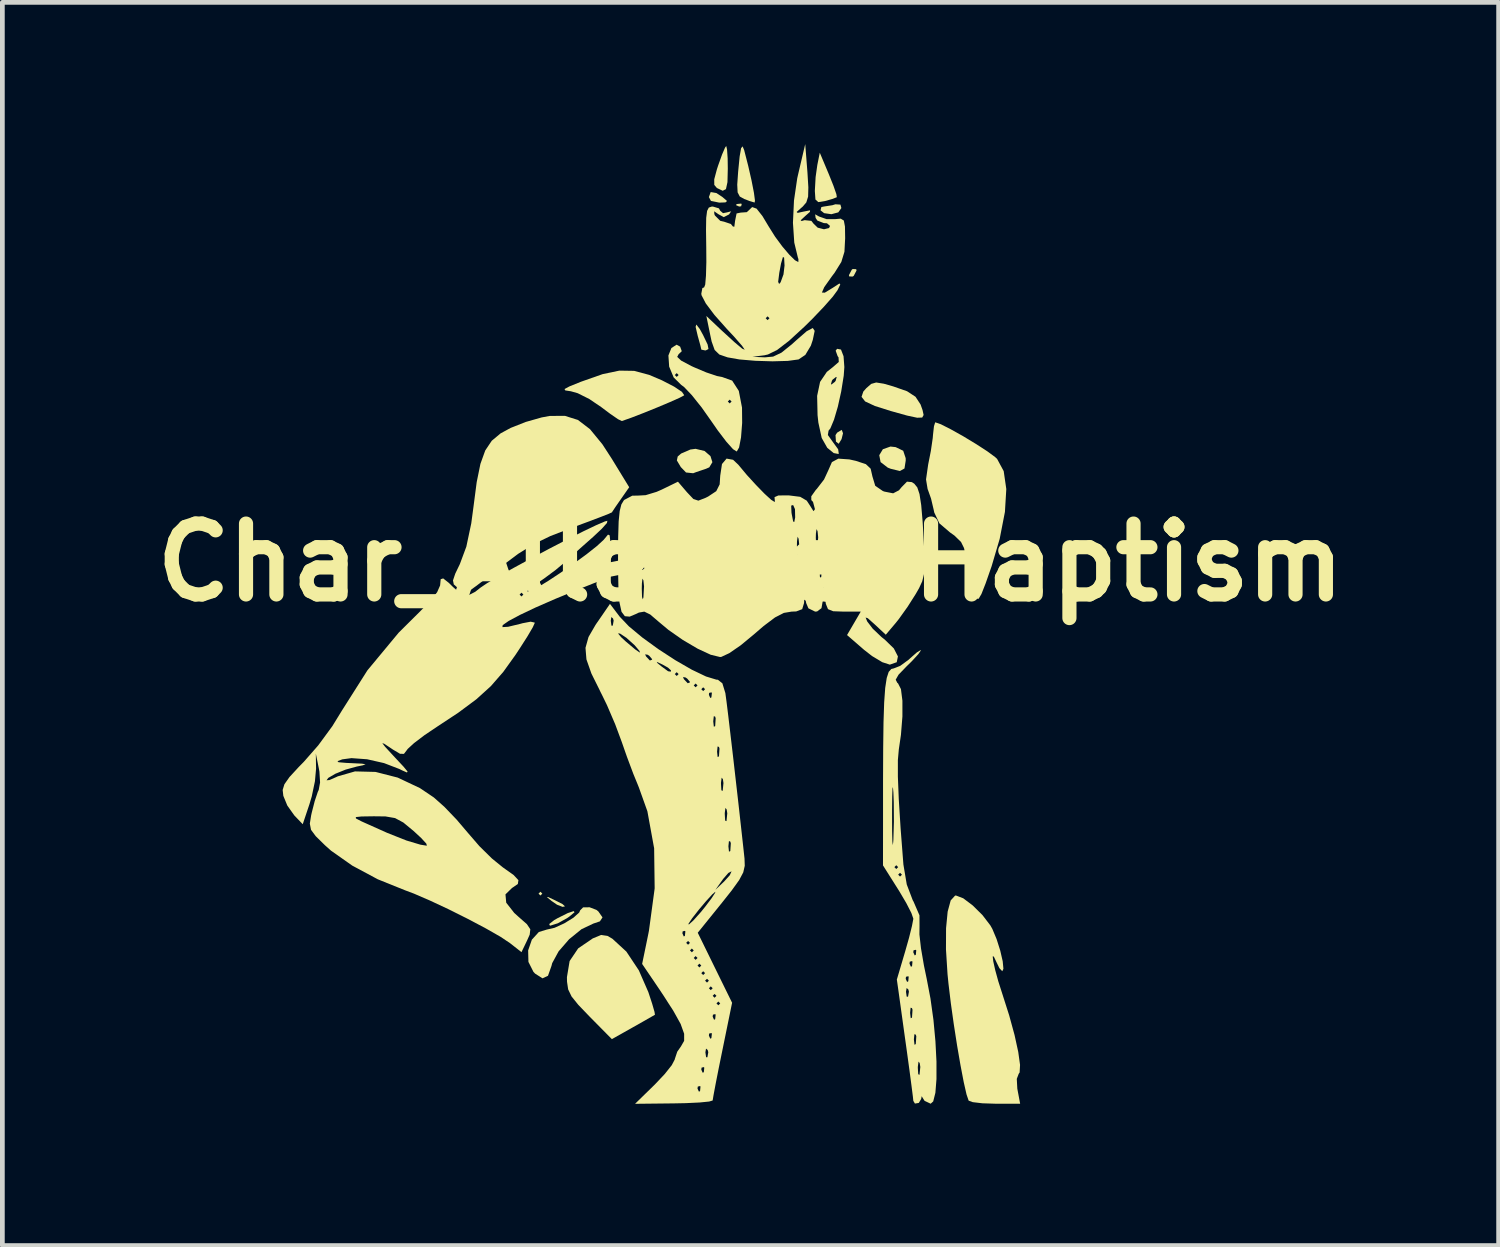
<source format=kicad_pcb>
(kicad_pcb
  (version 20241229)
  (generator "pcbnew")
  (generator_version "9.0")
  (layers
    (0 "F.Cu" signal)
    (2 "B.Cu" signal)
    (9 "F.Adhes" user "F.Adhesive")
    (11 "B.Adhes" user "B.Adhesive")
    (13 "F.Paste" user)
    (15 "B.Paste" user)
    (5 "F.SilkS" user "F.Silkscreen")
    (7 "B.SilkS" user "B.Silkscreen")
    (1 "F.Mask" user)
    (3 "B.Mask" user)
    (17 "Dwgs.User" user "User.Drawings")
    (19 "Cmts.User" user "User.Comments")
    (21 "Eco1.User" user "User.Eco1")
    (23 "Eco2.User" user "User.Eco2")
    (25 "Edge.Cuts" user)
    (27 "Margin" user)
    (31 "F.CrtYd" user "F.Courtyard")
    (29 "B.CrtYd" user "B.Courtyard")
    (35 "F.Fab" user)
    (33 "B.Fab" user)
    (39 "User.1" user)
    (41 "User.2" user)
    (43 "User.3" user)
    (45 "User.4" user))
  (footprint "Char_AllelujahHaptism"
    (layer "F.Cu")
    (at 12.836 8.854)
    (property "Reference" "Char_AllelujahHaptism" (at 0 0 0) (layer "F.SilkS") (effects (font (size 1.5 1.5) (thickness 0.3))))
    (attr board_only exclude_from_pos_files exclude_from_bom)
    (fp_poly (pts (xy -4.407 7.011) (xy -4.447 7.051) (xy -4.487 7.011) (xy -4.447 6.971)) (stroke (width 0) (type solid)) (fill yes) (layer "F.SilkS"))
    (fp_poly (pts (xy -0.187 -7.585) (xy -0.198 -7.538) (xy -0.24 -7.532) (xy -0.306 -7.561) (xy -0.294 -7.585) (xy -0.199 -7.595)) (stroke (width 0) (type solid)) (fill yes) (layer "F.SilkS"))
    (fp_poly (pts (xy 1.958 -2.733) (xy 1.927 -2.609) (xy 1.867 -2.511) (xy 1.808 -2.556) (xy 1.799 -2.694) (xy 1.833 -2.746) (xy 1.931 -2.805)) (stroke (width 0) (type solid)) (fill yes) (layer "F.SilkS"))
    (fp_poly (pts (xy -4.167 7.138) (xy -3.979 7.233) (xy -3.927 7.281) (xy -3.978 7.291) (xy -4.095 7.246) (xy -4.211 7.167) (xy -4.31 7.084) (xy -4.283 7.084)) (stroke (width 0) (type solid)) (fill yes) (layer "F.SilkS"))
    (fp_poly (pts (xy -0.722 -7.818) (xy -0.596 -7.735) (xy -0.497 -7.65) (xy -0.53 -7.62) (xy -0.661 -7.615) (xy -0.838 -7.651) (xy -0.881 -7.732) (xy -0.843 -7.839)) (stroke (width 0) (type solid)) (fill yes) (layer "F.SilkS"))
    (fp_poly (pts (xy 2.237 -6.206) (xy 2.244 -6.179) (xy 2.185 -6.066) (xy 2.163 -6.05) (xy 2.089 -6.053) (xy 2.083 -6.08) (xy 2.142 -6.193) (xy 2.163 -6.21)) (stroke (width 0) (type solid)) (fill yes) (layer "F.SilkS"))
    (fp_poly (pts (xy 1.903 -7.573) (xy 1.923 -7.5) (xy 1.858 -7.409) (xy 1.712 -7.37) (xy 1.558 -7.392) (xy 1.482 -7.452) (xy 1.499 -7.521) (xy 1.551 -7.532) (xy 1.732 -7.56) (xy 1.796 -7.58)) (stroke (width 0) (type solid)) (fill yes) (layer "F.SilkS"))
    (fp_poly (pts (xy -3.725 7.405) (xy -3.834 7.496) (xy -3.886 7.532) (xy -4.08 7.639) (xy -4.235 7.688) (xy -4.247 7.688) (xy -4.261 7.655) (xy -4.157 7.573) (xy -4.086 7.532) (xy -3.868 7.423) (xy -3.742 7.381)) (stroke (width 0) (type solid)) (fill yes) (layer "F.SilkS"))
    (fp_poly (pts (xy 3.072 -2.44) (xy 3.232 -2.363) (xy 3.284 -2.207) (xy 3.285 -2.155) (xy 3.259 -1.988) (xy 3.162 -1.934) (xy 2.966 -1.982) (xy 2.905 -2.006) (xy 2.753 -2.123) (xy 2.725 -2.269) (xy 2.801 -2.395) (xy 2.962 -2.452)) (stroke (width 0) (type solid)) (fill yes) (layer "F.SilkS"))
    (fp_poly (pts (xy -1.073 -4.938) (xy -1.004 -4.812) (xy -0.908 -4.612) (xy -0.89 -4.516) (xy -0.945 -4.488) (xy -0.962 -4.487) (xy -1.04 -4.503) (xy -1.042 -4.508) (xy -1.061 -4.59) (xy -1.109 -4.765) (xy -1.116 -4.788) (xy -1.162 -4.985) (xy -1.147 -5.035)) (stroke (width 0) (type solid)) (fill yes) (layer "F.SilkS"))
    (fp_poly (pts (xy 1.659 -8.213) (xy 1.756 -7.971) (xy 1.817 -7.795) (xy 1.827 -7.73) (xy 1.74 -7.695) (xy 1.582 -7.65) (xy 1.435 -7.626) (xy 1.374 -7.681) (xy 1.362 -7.854) (xy 1.362 -7.874) (xy 1.378 -8.157) (xy 1.414 -8.412) (xy 1.466 -8.672)) (stroke (width 0) (type solid)) (fill yes) (layer "F.SilkS"))
    (fp_poly (pts (xy -0.973 -2.358) (xy -0.848 -2.25) (xy -0.807 -2.121) (xy -0.873 -2.012) (xy -0.941 -1.982) (xy -1.143 -1.914) (xy -1.214 -1.887) (xy -1.365 -1.903) (xy -1.476 -2.018) (xy -1.559 -2.158) (xy -1.541 -2.242) (xy -1.469 -2.304) (xy -1.273 -2.389) (xy -1.163 -2.404)) (stroke (width 0) (type solid)) (fill yes) (layer "F.SilkS"))
    (fp_poly (pts (xy -0.497 -8.741) (xy -0.484 -8.552) (xy -0.481 -8.333) (xy -0.488 -8.049) (xy -0.52 -7.901) (xy -0.588 -7.866) (xy -0.706 -7.922) (xy -0.711 -7.924) (xy -0.767 -7.99) (xy -0.768 -8.109) (xy -0.711 -8.322) (xy -0.684 -8.404) (xy -0.603 -8.631) (xy -0.539 -8.78) (xy -0.514 -8.814)) (stroke (width 0) (type solid)) (fill yes) (layer "F.SilkS"))
    (fp_poly (pts (xy -0.134 -8.725) (xy -0.049 -8.394) (xy 0.022 -8.082) (xy 0.072 -7.825) (xy 0.094 -7.66) (xy 0.087 -7.617) (xy -0.017 -7.648) (xy -0.133 -7.692) (xy -0.227 -7.744) (xy -0.273 -7.832) (xy -0.281 -7.996) (xy -0.262 -8.268) (xy -0.23 -8.593) (xy -0.199 -8.768) (xy -0.167 -8.806)) (stroke (width 0) (type solid)) (fill yes) (layer "F.SilkS"))
    (fp_poly (pts (xy 2.822 -3.782) (xy 3.018 -3.726) (xy 3.313 -3.623) (xy 3.492 -3.506) (xy 3.599 -3.343) (xy 3.641 -3.225) (xy 3.664 -3.12) (xy 3.634 -3.066) (xy 3.527 -3.062) (xy 3.317 -3.107) (xy 2.98 -3.201) (xy 2.978 -3.201) (xy 2.631 -3.311) (xy 2.426 -3.407) (xy 2.35 -3.504) (xy 2.387 -3.615) (xy 2.45 -3.687) (xy 2.554 -3.778) (xy 2.66 -3.808)) (stroke (width 0) (type solid)) (fill yes) (layer "F.SilkS"))
    (fp_poly (pts (xy -3.027 7.906) (xy -2.924 7.966) (xy -2.628 8.238) (xy -2.364 8.635) (xy -2.163 9.095) (xy -2.082 9.341) (xy -2.032 9.515) (xy -2.023 9.575) (xy -2.098 9.618) (xy -2.273 9.718) (xy -2.489 9.84) (xy -2.935 10.091) (xy -3.41 9.61) (xy -3.646 9.364) (xy -3.788 9.188) (xy -3.86 9.038) (xy -3.884 8.876) (xy -3.886 8.78) (xy -3.829 8.438) (xy -3.648 8.17) (xy -3.339 7.959) (xy -3.162 7.886)) (stroke (width 0) (type solid)) (fill yes) (layer "F.SilkS"))
    (fp_poly (pts (xy -3.26 7.356) (xy -3.221 7.388) (xy -3.133 7.514) (xy -3.188 7.598) (xy -3.327 7.645) (xy -3.579 7.765) (xy -3.84 7.977) (xy -4.062 8.233) (xy -4.198 8.483) (xy -4.213 8.541) (xy -4.287 8.75) (xy -4.403 8.804) (xy -4.56 8.704) (xy -4.595 8.667) (xy -4.701 8.456) (xy -4.707 8.213) (xy -4.628 7.985) (xy -4.48 7.823) (xy -4.312 7.772) (xy -4.147 7.734) (xy -3.942 7.64) (xy -3.75 7.522) (xy -3.626 7.411) (xy -3.606 7.365) (xy -3.544 7.302) (xy -3.406 7.3)) (stroke (width 0) (type solid)) (fill yes) (layer "F.SilkS"))
    (fp_poly (pts (xy -2.463 -4.054) (xy -2.145 -3.969) (xy -1.875 -3.854) (xy -1.618 -3.721) (xy -1.452 -3.61) (xy -1.404 -3.54) (xy -1.408 -3.534) (xy -1.504 -3.483) (xy -1.706 -3.393) (xy -1.972 -3.281) (xy -2.258 -3.165) (xy -2.522 -3.063) (xy -2.72 -2.993) (xy -2.723 -2.992) (xy -2.803 -3.03) (xy -2.969 -3.144) (xy -3.161 -3.288) (xy -3.414 -3.459) (xy -3.658 -3.581) (xy -3.802 -3.622) (xy -3.921 -3.64) (xy -3.937 -3.669) (xy -3.833 -3.725) (xy -3.596 -3.821) (xy -3.574 -3.829) (xy -3.13 -3.985) (xy -2.776 -4.059)) (stroke (width 0) (type solid)) (fill yes) (layer "F.SilkS"))
    (fp_poly (pts (xy 4.029 -2.924) (xy 4.238 -2.818) (xy 4.499 -2.672) (xy 4.77 -2.508) (xy 5.011 -2.352) (xy 5.18 -2.227) (xy 5.219 -2.191) (xy 5.359 -1.932) (xy 5.414 -1.553) (xy 5.385 -1.069) (xy 5.274 -0.498) (xy 5.104 0.079) (xy 4.977 0.443) (xy 4.888 0.669) (xy 4.828 0.771) (xy 4.789 0.765) (xy 4.773 0.72) (xy 4.731 0.534) (xy 4.67 0.259) (xy 4.622 0.04) (xy 4.547 -0.247) (xy 4.456 -0.432) (xy 4.315 -0.569) (xy 4.223 -0.634) (xy 3.998 -0.826) (xy 3.889 -1.056) (xy 3.877 -1.114) (xy 3.821 -1.351) (xy 3.754 -1.539) (xy 3.749 -1.549) (xy 3.715 -1.756) (xy 3.76 -2.07) (xy 3.817 -2.359) (xy 3.857 -2.632) (xy 3.863 -2.704) (xy 3.883 -2.882) (xy 3.909 -2.964) (xy 3.911 -2.965)) (stroke (width 0) (type solid)) (fill yes) (layer "F.SilkS"))
    (fp_poly (pts (xy 1.915 -4.505) (xy 1.969 -4.364) (xy 1.986 -4.135) (xy 1.973 -3.952) (xy 1.92 -3.62) (xy 1.848 -3.295) (xy 1.767 -3.02) (xy 1.69 -2.836) (xy 1.652 -2.789) (xy 1.637 -2.696) (xy 1.751 -2.537) (xy 1.855 -2.394) (xy 1.868 -2.301) (xy 1.861 -2.295) (xy 1.76 -2.314) (xy 1.624 -2.426) (xy 1.624 -2.426) (xy 1.507 -2.633) (xy 1.436 -2.959) (xy 1.419 -3.116) (xy 1.41 -3.525) (xy 1.462 -3.771) (xy 1.702 -3.771) (xy 1.713 -3.766) (xy 1.786 -3.822) (xy 1.803 -3.846) (xy 1.823 -3.921) (xy 1.812 -3.926) (xy 1.739 -3.87) (xy 1.723 -3.846) (xy 1.702 -3.771) (xy 1.462 -3.771) (xy 1.472 -3.82) (xy 1.615 -4.032) (xy 1.74 -4.131) (xy 1.868 -4.242) (xy 1.863 -4.34) (xy 1.844 -4.365) (xy 1.802 -4.482) (xy 1.833 -4.521)) (stroke (width 0) (type solid)) (fill yes) (layer "F.SilkS"))
    (fp_poly (pts (xy -3.653 -3.015) (xy -3.398 -2.82) (xy -3.137 -2.502) (xy -2.94 -2.199) (xy -2.568 -1.591) (xy -2.746 -1.336) (xy -2.862 -1.169) (xy -2.928 -1.069) (xy -2.932 -1.06) (xy -3.006 -1.026) (xy -3.201 -0.95) (xy -3.485 -0.843) (xy -3.788 -0.731) (xy -4.237 -0.557) (xy -4.593 -0.385) (xy -4.92 -0.18) (xy -5.283 0.092) (xy -5.303 0.108) (xy -5.58 0.326) (xy -5.809 0.501) (xy -5.964 0.612) (xy -6.014 0.641) (xy -6.107 0.599) (xy -6.203 0.535) (xy -6.281 0.465) (xy -6.298 0.382) (xy -6.25 0.239) (xy -6.152 0.035) (xy -6.015 -0.334) (xy -5.911 -0.826) (xy -5.864 -1.177) (xy -5.796 -1.698) (xy -5.717 -2.086) (xy -5.615 -2.369) (xy -5.477 -2.575) (xy -5.29 -2.731) (xy -5.076 -2.847) (xy -4.757 -2.973) (xy -4.419 -3.069) (xy -4.249 -3.1) (xy -3.929 -3.102)) (stroke (width 0) (type solid)) (fill yes) (layer "F.SilkS"))
    (fp_poly (pts (xy -1.49 -4.567) (xy -1.455 -4.47) (xy -1.521 -4.408) (xy -1.552 -4.35) (xy -1.469 -4.272) (xy -1.253 -4.157) (xy -1.199 -4.132) (xy -0.936 -4.021) (xy -0.71 -3.945) (xy -0.601 -3.924) (xy -0.389 -3.848) (xy -0.248 -3.63) (xy -0.18 -3.276) (xy -0.177 -2.951) (xy -0.201 -2.645) (xy -0.242 -2.432) (xy -0.291 -2.347) (xy -0.37 -2.396) (xy -0.512 -2.555) (xy -0.694 -2.794) (xy -0.826 -2.984) (xy -1.036 -3.282) (xy -1.135 -3.405) (xy -0.481 -3.405) (xy -0.441 -3.365) (xy -0.401 -3.405) (xy -0.441 -3.445) (xy -0.481 -3.405) (xy -1.135 -3.405) (xy -1.239 -3.536) (xy -1.403 -3.709) (xy -1.469 -3.759) (xy -1.627 -3.915) (xy -1.648 -3.966) (xy -1.603 -3.966) (xy -1.562 -3.926) (xy -1.522 -3.966) (xy -1.562 -4.006) (xy -1.603 -3.966) (xy -1.648 -3.966) (xy -1.722 -4.144) (xy -1.738 -4.38) (xy -1.675 -4.537) (xy -1.565 -4.608)) (stroke (width 0) (type solid)) (fill yes) (layer "F.SilkS"))
    (fp_poly (pts (xy 4.503 7.11) (xy 4.704 7.262) (xy 4.91 7.466) (xy 5.076 7.683) (xy 5.118 7.757) (xy 5.209 7.974) (xy 5.286 8.218) (xy 5.338 8.443) (xy 5.353 8.603) (xy 5.329 8.654) (xy 5.268 8.589) (xy 5.211 8.473) (xy 5.149 8.342) (xy 5.126 8.34) (xy 5.138 8.444) (xy 5.179 8.628) (xy 5.245 8.868) (xy 5.332 9.14) (xy 5.332 9.14) (xy 5.475 9.588) (xy 5.589 10.005) (xy 5.667 10.363) (xy 5.705 10.636) (xy 5.696 10.797) (xy 5.677 10.824) (xy 5.636 10.932) (xy 5.647 11.139) (xy 5.652 11.166) (xy 5.707 11.458) (xy 5.182 11.458) (xy 4.908 11.449) (xy 4.704 11.425) (xy 4.617 11.393) (xy 4.572 11.261) (xy 4.513 11.001) (xy 4.445 10.646) (xy 4.373 10.229) (xy 4.303 9.779) (xy 4.24 9.331) (xy 4.19 8.915) (xy 4.17 8.715) (xy 4.137 8.191) (xy 4.139 7.743) (xy 4.173 7.391) (xy 4.237 7.155) (xy 4.33 7.053) (xy 4.349 7.051)) (stroke (width 0) (type solid)) (fill yes) (layer "F.SilkS"))
    (fp_poly (pts (xy 1.205 -8.253) (xy 1.224 -7.939) (xy 1.219 -7.742) (xy 1.181 -7.62) (xy 1.106 -7.532) (xy 1.086 -7.515) (xy 0.976 -7.417) (xy 0.998 -7.398) (xy 1.122 -7.425) (xy 1.26 -7.452) (xy 1.257 -7.419) (xy 1.162 -7.335) (xy 1.061 -7.241) (xy 1.083 -7.226) (xy 1.145 -7.244) (xy 1.288 -7.229) (xy 1.334 -7.17) (xy 1.422 -7.085) (xy 1.555 -7.051) (xy 1.662 -7.077) (xy 1.683 -7.122) (xy 1.618 -7.178) (xy 1.551 -7.182) (xy 1.415 -7.235) (xy 1.378 -7.291) (xy 1.368 -7.368) (xy 1.449 -7.322) (xy 1.609 -7.266) (xy 1.783 -7.265) (xy 1.909 -7.276) (xy 1.975 -7.236) (xy 1.999 -7.109) (xy 2.003 -6.86) (xy 1.988 -6.575) (xy 1.922 -6.359) (xy 1.78 -6.131) (xy 1.723 -6.056) (xy 1.561 -5.827) (xy 1.511 -5.712) (xy 1.572 -5.709) (xy 1.746 -5.815) (xy 1.753 -5.82) (xy 1.882 -5.904) (xy 1.9 -5.882) (xy 1.84 -5.759) (xy 1.741 -5.624) (xy 1.555 -5.413) (xy 1.313 -5.159) (xy 1.145 -4.993) (xy 0.815 -4.69) (xy 0.564 -4.497) (xy 0.369 -4.401) (xy 0.295 -4.384) (xy 0.04 -4.352) (xy 0.304 -4.34) (xy 0.479 -4.356) (xy 0.654 -4.439) (xy 0.872 -4.614) (xy 0.965 -4.698) (xy 1.189 -4.893) (xy 1.318 -4.961) (xy 1.358 -4.901) (xy 1.318 -4.71) (xy 1.277 -4.587) (xy 1.16 -4.392) (xy 1.017 -4.296) (xy 0.79 -4.265) (xy 0.465 -4.256) (xy 0.103 -4.267) (xy -0.236 -4.296) (xy -0.486 -4.34) (xy -0.66 -4.4) (xy -0.759 -4.496) (xy -0.823 -4.675) (xy -0.853 -4.816) (xy -0.935 -5.216) (xy -0.608 -4.907) (xy -0.338 -4.66) (xy -0.176 -4.524) (xy -0.122 -4.501) (xy -0.181 -4.587) (xy -0.353 -4.784) (xy -0.501 -4.942) (xy -0.702 -5.168) (xy 0.321 -5.168) (xy 0.361 -5.128) (xy 0.401 -5.168) (xy 0.361 -5.208) (xy 0.321 -5.168) (xy -0.702 -5.168) (xy -0.763 -5.237) (xy -0.947 -5.482) (xy -1.036 -5.653) (xy -1.042 -5.686) (xy -1.019 -5.807) (xy -0.982 -5.821) (xy -0.959 -5.881) (xy -0.954 -5.939) (xy 0.585 -5.939) (xy 0.605 -5.893) (xy 0.637 -5.929) (xy 0.698 -6.096) (xy 0.72 -6.283) (xy 0.711 -6.451) (xy 0.686 -6.464) (xy 0.646 -6.327) (xy 0.609 -6.13) (xy 0.585 -5.939) (xy -0.954 -5.939) (xy -0.943 -6.069) (xy -0.935 -6.357) (xy -0.937 -6.658) (xy -0.942 -7.042) (xy -0.938 -7.293) (xy -0.919 -7.44) (xy -0.883 -7.51) (xy -0.823 -7.531) (xy -0.797 -7.532) (xy -0.669 -7.494) (xy -0.641 -7.443) (xy -0.582 -7.392) (xy -0.501 -7.408) (xy -0.41 -7.431) (xy -0.451 -7.37) (xy -0.457 -7.364) (xy -0.566 -7.308) (xy -0.68 -7.37) (xy -0.769 -7.432) (xy -0.766 -7.373) (xy -0.754 -7.343) (xy -0.641 -7.23) (xy -0.559 -7.211) (xy -0.416 -7.163) (xy -0.374 -7.111) (xy -0.343 -7.104) (xy -0.327 -7.227) (xy -0.327 -7.229) (xy -0.295 -7.386) (xy -0.208 -7.404) (xy -0.079 -7.413) (xy -0.043 -7.446) (xy 0.035 -7.521) (xy 0.128 -7.488) (xy 0.252 -7.331) (xy 0.384 -7.111) (xy 0.521 -6.893) (xy 0.674 -6.686) (xy 0.821 -6.513) (xy 0.94 -6.396) (xy 1.012 -6.357) (xy 1.014 -6.42) (xy 1.003 -6.45) (xy 0.926 -6.769) (xy 0.898 -7.189) (xy 0.92 -7.66) (xy 0.989 -8.131) (xy 1.011 -8.228) (xy 1.158 -8.854)) (stroke (width 0) (type solid)) (fill yes) (layer "F.SilkS"))
    (fp_poly (pts (xy 3.606 1.863) (xy 3.552 1.942) (xy 3.416 2.09) (xy 3.305 2.199) (xy 3.134 2.376) (xy 3.073 2.483) (xy 3.108 2.551) (xy 3.122 2.56) (xy 3.184 2.682) (xy 3.215 2.927) (xy 3.215 3.262) (xy 3.184 3.65) (xy 3.139 3.958) (xy 3.119 4.185) (xy 3.119 4.534) (xy 3.138 5.013) (xy 3.177 5.633) (xy 3.236 6.395) (xy 3.307 6.817) (xy 3.433 7.149) (xy 3.451 7.181) (xy 3.576 7.47) (xy 3.577 7.695) (xy 3.575 7.874) (xy 3.608 8.167) (xy 3.671 8.534) (xy 3.728 8.808) (xy 3.809 9.232) (xy 3.872 9.685) (xy 3.914 10.138) (xy 3.936 10.564) (xy 3.936 10.937) (xy 3.913 11.227) (xy 3.867 11.409) (xy 3.813 11.458) (xy 3.684 11.397) (xy 3.659 11.358) (xy 3.623 11.299) (xy 3.612 11.358) (xy 3.562 11.441) (xy 3.48 11.455) (xy 3.446 11.398) (xy 3.436 11.302) (xy 3.407 11.075) (xy 3.364 10.747) (xy 3.357 10.697) (xy 3.541 10.697) (xy 3.55 10.834) (xy 3.575 10.846) (xy 3.578 10.839) (xy 3.594 10.68) (xy 3.581 10.598) (xy 3.556 10.566) (xy 3.542 10.672) (xy 3.541 10.697) (xy 3.357 10.697) (xy 3.309 10.346) (xy 3.274 10.096) (xy 3.458 10.096) (xy 3.471 10.21) (xy 3.498 10.196) (xy 3.509 10.032) (xy 3.498 9.996) (xy 3.469 9.986) (xy 3.458 10.096) (xy 3.274 10.096) (xy 3.272 10.083) (xy 3.196 9.535) (xy 3.378 9.535) (xy 3.391 9.649) (xy 3.418 9.635) (xy 3.429 9.471) (xy 3.418 9.435) (xy 3.389 9.425) (xy 3.378 9.535) (xy 3.196 9.535) (xy 3.134 9.088) (xy 3.291 9.088) (xy 3.306 9.192) (xy 3.334 9.193) (xy 3.353 9.086) (xy 3.34 9.039) (xy 3.304 9.009) (xy 3.291 9.088) (xy 3.134 9.088) (xy 3.097 8.828) (xy 3.102 8.814) (xy 3.285 8.814) (xy 3.314 8.88) (xy 3.339 8.867) (xy 3.348 8.772) (xy 3.339 8.76) (xy 3.291 8.771) (xy 3.285 8.814) (xy 3.102 8.814) (xy 3.197 8.493) (xy 3.365 8.493) (xy 3.395 8.559) (xy 3.419 8.547) (xy 3.428 8.452) (xy 3.419 8.44) (xy 3.371 8.451) (xy 3.365 8.493) (xy 3.197 8.493) (xy 3.268 8.253) (xy 3.445 8.253) (xy 3.475 8.319) (xy 3.499 8.306) (xy 3.508 8.211) (xy 3.499 8.2) (xy 3.451 8.211) (xy 3.445 8.253) (xy 3.268 8.253) (xy 3.272 8.24) (xy 3.356 7.943) (xy 3.417 7.697) (xy 3.445 7.551) (xy 3.446 7.541) (xy 3.405 7.422) (xy 3.298 7.213) (xy 3.146 6.955) (xy 3.125 6.922) (xy 2.928 6.61) (xy 3.125 6.61) (xy 3.165 6.65) (xy 3.205 6.61) (xy 3.165 6.57) (xy 3.125 6.61) (xy 2.928 6.61) (xy 2.827 6.45) (xy 3.045 6.45) (xy 3.085 6.49) (xy 3.125 6.45) (xy 3.085 6.41) (xy 3.045 6.45) (xy 2.827 6.45) (xy 2.804 6.414) (xy 2.805 5.368) (xy 2.996 5.368) (xy 2.997 5.696) (xy 3.003 5.906) (xy 3.011 5.986) (xy 3.02 5.924) (xy 3.024 5.869) (xy 3.035 5.488) (xy 3.032 5.072) (xy 3.024 4.868) (xy 3.014 4.755) (xy 3.005 4.789) (xy 2.999 4.958) (xy 2.996 5.248) (xy 2.996 5.368) (xy 2.805 5.368) (xy 2.805 4.629) (xy 2.808 3.935) (xy 2.815 3.385) (xy 2.829 2.964) (xy 2.851 2.656) (xy 2.883 2.446) (xy 2.925 2.317) (xy 2.98 2.256) (xy 3.031 2.244) (xy 3.167 2.191) (xy 3.344 2.062) (xy 3.381 2.028) (xy 3.522 1.904) (xy 3.6 1.857)) (stroke (width 0) (type solid)) (fill yes) (layer "F.SilkS"))
    (fp_poly (pts (xy -3.039 -0.834) (xy -3.148 -0.712) (xy -3.33 -0.541) (xy -3.573 -0.326) (xy -3.798 -0.124) (xy -3.922 -0.01) (xy -4.125 0.16) (xy -4.37 0.342) (xy -4.427 0.381) (xy -4.607 0.508) (xy -4.714 0.596) (xy -4.727 0.614) (xy -4.669 0.612) (xy -4.511 0.531) (xy -4.284 0.393) (xy -4.016 0.216) (xy -3.735 0.021) (xy -3.471 -0.172) (xy -3.253 -0.345) (xy -3.109 -0.477) (xy -3.08 -0.512) (xy -3.017 -0.588) (xy -2.982 -0.574) (xy -2.968 -0.445) (xy -2.965 -0.188) (xy -2.965 0.3) (xy -3.615 0.56) (xy -4.122 0.768) (xy -4.548 0.954) (xy -4.883 1.113) (xy -5.118 1.239) (xy -5.245 1.327) (xy -5.252 1.37) (xy -5.132 1.363) (xy -4.874 1.301) (xy -4.827 1.288) (xy -4.654 1.255) (xy -4.569 1.274) (xy -4.567 1.281) (xy -4.609 1.374) (xy -4.721 1.565) (xy -4.884 1.82) (xy -4.973 1.955) (xy -5.232 2.316) (xy -5.496 2.619) (xy -5.803 2.897) (xy -6.186 3.182) (xy -6.624 3.471) (xy -6.898 3.655) (xy -7.121 3.824) (xy -7.257 3.949) (xy -7.275 3.974) (xy -7.336 4.053) (xy -7.419 4.051) (xy -7.572 3.96) (xy -7.622 3.926) (xy -7.755 3.838) (xy -7.794 3.827) (xy -7.733 3.905) (xy -7.568 4.084) (xy -7.532 4.123) (xy -7.344 4.324) (xy -7.259 4.427) (xy -7.272 4.447) (xy -7.375 4.402) (xy -7.433 4.373) (xy -7.758 4.248) (xy -8.116 4.167) (xy -8.446 4.143) (xy -8.641 4.169) (xy -8.743 4.207) (xy -8.72 4.23) (xy -8.559 4.244) (xy -8.453 4.249) (xy -8.226 4.26) (xy -8.148 4.273) (xy -8.206 4.295) (xy -8.333 4.321) (xy -8.57 4.386) (xy -8.788 4.474) (xy -8.938 4.562) (xy -8.974 4.612) (xy -8.913 4.607) (xy -8.762 4.541) (xy -8.738 4.529) (xy -8.372 4.424) (xy -7.937 4.435) (xy -7.468 4.555) (xy -6.998 4.777) (xy -6.704 4.975) (xy -6.481 5.173) (xy -6.221 5.444) (xy -5.981 5.726) (xy -5.739 6.006) (xy -5.474 6.267) (xy -5.244 6.454) (xy -5.244 6.454) (xy -5.015 6.617) (xy -4.913 6.726) (xy -4.925 6.807) (xy -5.041 6.887) (xy -5.048 6.891) (xy -5.187 7.027) (xy -5.171 7.203) (xy -5.001 7.42) (xy -4.909 7.503) (xy -4.733 7.658) (xy -4.661 7.766) (xy -4.674 7.879) (xy -4.729 8.002) (xy -4.848 8.25) (xy -5.091 8.059) (xy -5.293 7.924) (xy -5.603 7.747) (xy -5.981 7.547) (xy -6.387 7.344) (xy -6.782 7.159) (xy -7.124 7.011) (xy -7.313 6.94) (xy -7.891 6.707) (xy -8.43 6.418) (xy -8.879 6.102) (xy -9.009 5.986) (xy -9.204 5.794) (xy -9.303 5.66) (xy -9.328 5.53) (xy -9.306 5.391) (xy -8.355 5.391) (xy -8.352 5.42) (xy -8.245 5.476) (xy -8.213 5.491) (xy -7.686 5.727) (xy -7.282 5.887) (xy -6.987 5.975) (xy -6.851 5.997) (xy -6.862 5.953) (xy -6.972 5.833) (xy -7.131 5.686) (xy -7.349 5.506) (xy -7.524 5.412) (xy -7.727 5.377) (xy -7.973 5.374) (xy -8.234 5.378) (xy -8.355 5.391) (xy -9.306 5.391) (xy -9.3 5.354) (xy -9.287 5.296) (xy -9.224 5.051) (xy -9.159 4.857) (xy -9.14 4.817) (xy -9.111 4.659) (xy -9.125 4.428) (xy -9.136 4.367) (xy -9.201 4.046) (xy -9.196 4.367) (xy -9.22 4.633) (xy -9.287 4.953) (xy -9.335 5.115) (xy -9.478 5.542) (xy -9.657 5.355) (xy -9.805 5.146) (xy -9.889 4.941) (xy -9.903 4.817) (xy -9.866 4.696) (xy -9.759 4.544) (xy -9.562 4.33) (xy -9.455 4.221) (xy -9.15 3.873) (xy -8.852 3.467) (xy -8.646 3.132) (xy -8.109 2.285) (xy -7.447 1.487) (xy -7.051 1.094) (xy -6.8 0.842) (xy -6.633 0.63) (xy -6.57 0.487) (xy -6.57 0.485) (xy -6.558 0.356) (xy -6.505 0.339) (xy -6.383 0.436) (xy -6.297 0.521) (xy -6.125 0.672) (xy -5.988 0.705) (xy -5.941 0.681) (xy -4.888 0.681) (xy -4.848 0.721) (xy -4.808 0.681) (xy -4.848 0.641) (xy -4.888 0.681) (xy -5.941 0.681) (xy -5.828 0.623) (xy -5.715 0.534) (xy -5.576 0.44) (xy -5.333 0.295) (xy -5.013 0.116) (xy -4.645 -0.084) (xy -4.259 -0.29) (xy -3.88 -0.486) (xy -3.54 -0.657) (xy -3.264 -0.789) (xy -3.083 -0.867) (xy -3.03 -0.881)) (stroke (width 0) (type solid)) (fill yes) (layer "F.SilkS"))
    (fp_poly (pts (xy -0.369 -2.172) (xy -0.258 -2.067) (xy -0.077 -1.85) (xy 0.117 -1.638) (xy 0.296 -1.454) (xy 0.436 -1.326) (xy 0.512 -1.278) (xy 0.515 -1.297) (xy 0.508 -1.381) (xy 0.59 -1.417) (xy 0.795 -1.418) (xy 0.812 -1.418) (xy 1.052 -1.388) (xy 1.19 -1.307) (xy 1.259 -1.202) (xy 1.332 -1.085) (xy 1.36 -1.118) (xy 1.361 -1.137) (xy 1.323 -1.28) (xy 1.287 -1.319) (xy 1.286 -1.399) (xy 1.382 -1.534) (xy 1.404 -1.557) (xy 1.556 -1.754) (xy 1.647 -1.95) (xy 1.723 -2.123) (xy 1.859 -2.196) (xy 2.091 -2.18) (xy 2.23 -2.149) (xy 2.442 -2.079) (xy 2.543 -1.983) (xy 2.58 -1.82) (xy 2.64 -1.621) (xy 2.802 -1.51) (xy 2.836 -1.498) (xy 3.019 -1.462) (xy 3.142 -1.526) (xy 3.199 -1.594) (xy 3.312 -1.709) (xy 3.415 -1.699) (xy 3.467 -1.665) (xy 3.53 -1.587) (xy 3.577 -1.446) (xy 3.613 -1.213) (xy 3.643 -0.861) (xy 3.657 -0.628) (xy 3.678 -0.226) (xy 3.684 0.055) (xy 3.671 0.251) (xy 3.634 0.402) (xy 3.568 0.545) (xy 3.498 0.667) (xy 3.326 0.938) (xy 3.141 1.197) (xy 3.075 1.28) (xy 2.863 1.531) (xy 2.623 1.307) (xy 2.481 1.181) (xy 2.436 1.167) (xy 2.47 1.25) (xy 2.587 1.403) (xy 2.775 1.582) (xy 2.841 1.634) (xy 3.033 1.821) (xy 3.12 1.99) (xy 3.095 2.113) (xy 2.952 2.163) (xy 2.945 2.163) (xy 2.788 2.112) (xy 2.572 1.982) (xy 2.404 1.851) (xy 2.043 1.538) (xy 2.188 1.29) (xy 2.333 1.042) (xy 1.973 1.042) (xy 1.75 1.034) (xy 1.64 0.99) (xy 1.594 0.877) (xy 1.58 0.781) (xy 1.548 0.521) (xy 1.535 0.781) (xy 1.502 0.969) (xy 1.41 1.038) (xy 1.368 1.042) (xy 1.225 0.972) (xy 1.178 0.861) (xy 1.144 0.681) (xy 1.133 0.861) (xy 1.094 0.99) (xy 0.967 1.038) (xy 0.868 1.042) (xy 0.706 1.069) (xy 0.519 1.165) (xy 0.277 1.347) (xy 0.074 1.522) (xy -0.208 1.755) (xy -0.449 1.921) (xy -0.618 2) (xy -0.644 2.003) (xy -0.842 1.955) (xy -1.118 1.827) (xy -1.431 1.643) (xy -1.737 1.429) (xy -1.938 1.261) (xy -2.123 1.103) (xy -2.248 1.042) (xy -2.363 1.062) (xy -2.418 1.089) (xy -2.558 1.148) (xy -2.66 1.139) (xy -2.73 1.046) (xy -2.773 0.851) (xy -2.794 0.561) (xy -2.302 0.561) (xy -2.296 0.734) (xy -2.28 0.782) (xy -2.267 0.741) (xy -2.254 0.508) (xy -2.267 0.381) (xy -2.287 0.343) (xy -2.299 0.443) (xy -2.302 0.561) (xy -2.794 0.561) (xy -2.796 0.536) (xy -2.801 0.28) (xy 1.062 0.28) (xy 1.068 0.445) (xy 1.086 0.488) (xy 1.097 0.462) (xy 1.112 0.269) (xy 1.1 0.16) (xy 1.461 0.16) (xy 1.469 0.306) (xy 1.49 0.323) (xy 1.498 0.3) (xy 1.51 0.097) (xy 1.498 0.02) (xy 1.474 -0.005) (xy 1.462 0.106) (xy 1.461 0.16) (xy 1.1 0.16) (xy 1.098 0.141) (xy 1.077 0.097) (xy 1.064 0.193) (xy 1.062 0.28) (xy -2.801 0.28) (xy -2.803 0.12) (xy -2.324 0.12) (xy -2.284 0.16) (xy -2.244 0.12) (xy -2.284 0.08) (xy -2.324 0.12) (xy -2.803 0.12) (xy -2.804 0.084) (xy -2.804 -0.084) (xy -2.803 -0.361) (xy 0.982 -0.361) (xy 0.988 -0.196) (xy 1.006 -0.153) (xy 1.017 -0.179) (xy 1.031 -0.372) (xy 1.018 -0.5) (xy 1.008 -0.521) (xy 1.382 -0.521) (xy 1.389 -0.356) (xy 1.407 -0.313) (xy 1.417 -0.34) (xy 1.432 -0.532) (xy 1.419 -0.66) (xy 1.398 -0.705) (xy 1.384 -0.608) (xy 1.382 -0.521) (xy 1.008 -0.521) (xy 0.997 -0.544) (xy 0.984 -0.448) (xy 0.982 -0.361) (xy -2.803 -0.361) (xy -2.801 -0.543) (xy -2.791 -0.868) (xy -2.769 -1.087) (xy -2.74 -1.202) (xy 0.861 -1.202) (xy 0.867 -1.056) (xy 0.872 -1.024) (xy 0.903 -0.865) (xy 0.926 -0.855) (xy 0.945 -0.951) (xy 0.941 -1.127) (xy 0.902 -1.214) (xy 0.861 -1.202) (xy -2.74 -1.202) (xy -2.734 -1.226) (xy -2.683 -1.311) (xy -2.672 -1.323) (xy -2.503 -1.412) (xy -2.383 -1.414) (xy -2.22 -1.423) (xy -1.989 -1.493) (xy -1.881 -1.54) (xy -1.536 -1.708) (xy -1.345 -1.485) (xy -1.21 -1.342) (xy -1.104 -1.307) (xy -0.953 -1.366) (xy -0.897 -1.394) (xy -0.725 -1.508) (xy -0.653 -1.651) (xy -0.641 -1.836) (xy -0.604 -2.082) (xy -0.507 -2.197)) (stroke (width 0) (type solid)) (fill yes) (layer "F.SilkS"))
    (fp_poly (pts (xy -2.768 1.15) (xy -2.574 1.354) (xy -2.29 1.59) (xy -1.951 1.836) (xy -1.59 2.071) (xy -1.243 2.271) (xy -0.942 2.415) (xy -0.722 2.482) (xy -0.691 2.484) (xy -0.596 2.559) (xy -0.532 2.768) (xy -0.53 2.784) (xy -0.508 2.947) (xy -0.472 3.239) (xy -0.426 3.629) (xy -0.372 4.089) (xy -0.315 4.587) (xy -0.257 5.094) (xy -0.203 5.579) (xy -0.155 6.012) (xy -0.127 6.271) (xy -0.122 6.422) (xy -0.154 6.562) (xy -0.24 6.724) (xy -0.399 6.945) (xy -0.606 7.206) (xy -1.117 7.839) (xy -0.754 8.58) (xy -0.39 9.321) (xy -0.596 10.329) (xy -0.674 10.712) (xy -0.738 11.037) (xy -0.782 11.272) (xy -0.801 11.385) (xy -0.802 11.39) (xy -0.876 11.412) (xy -1.077 11.432) (xy -1.372 11.446) (xy -1.623 11.451) (xy -2.444 11.46) (xy -2.114 11.138) (xy -1.122 11.138) (xy -1.092 11.203) (xy -1.068 11.191) (xy -1.059 11.096) (xy -1.068 11.084) (xy -1.116 11.095) (xy -1.122 11.138) (xy -2.114 11.138) (xy -2.023 11.049) (xy -1.817 10.831) (xy -1.742 10.737) (xy -1.042 10.737) (xy -1.012 10.803) (xy -0.988 10.79) (xy -0.979 10.695) (xy -0.988 10.683) (xy -1.036 10.694) (xy -1.042 10.737) (xy -1.742 10.737) (xy -1.667 10.642) (xy -1.603 10.52) (xy -1.603 10.513) (xy -1.555 10.37) (xy -0.955 10.37) (xy -0.94 10.474) (xy -0.913 10.475) (xy -0.894 10.368) (xy -0.907 10.321) (xy -0.942 10.291) (xy -0.955 10.37) (xy -1.555 10.37) (xy -1.552 10.359) (xy -1.472 10.244) (xy -1.405 10.127) (xy -1.405 10.016) (xy -0.881 10.016) (xy -0.852 10.082) (xy -0.828 10.069) (xy -0.818 9.974) (xy -0.828 9.962) (xy -0.876 9.973) (xy -0.881 10.016) (xy -1.405 10.016) (xy -1.405 9.977) (xy -1.479 9.77) (xy -1.565 9.615) (xy -0.801 9.615) (xy -0.772 9.681) (xy -0.748 9.669) (xy -0.738 9.573) (xy -0.748 9.562) (xy -0.795 9.573) (xy -0.801 9.615) (xy -1.565 9.615) (xy -1.637 9.486) (xy -1.735 9.335) (xy -0.721 9.335) (xy -0.681 9.375) (xy -0.641 9.335) (xy -0.681 9.295) (xy -0.721 9.335) (xy -1.735 9.335) (xy -1.838 9.174) (xy -0.801 9.174) (xy -0.761 9.215) (xy -0.721 9.174) (xy -0.761 9.134) (xy -0.801 9.174) (xy -1.838 9.174) (xy -1.886 9.102) (xy -1.921 9.049) (xy -1.945 9.014) (xy -0.881 9.014) (xy -0.841 9.054) (xy -0.801 9.014) (xy -0.841 8.974) (xy -0.881 9.014) (xy -1.945 9.014) (xy -2.053 8.854) (xy -0.962 8.854) (xy -0.921 8.894) (xy -0.881 8.854) (xy -0.921 8.814) (xy -0.962 8.854) (xy -2.053 8.854) (xy -2.162 8.694) (xy -1.042 8.694) (xy -1.002 8.734) (xy -0.962 8.694) (xy -1.002 8.654) (xy -1.042 8.694) (xy -2.162 8.694) (xy -2.271 8.533) (xy -1.122 8.533) (xy -1.082 8.574) (xy -1.042 8.533) (xy -1.082 8.493) (xy -1.122 8.533) (xy -2.271 8.533) (xy -2.294 8.499) (xy -2.268 8.373) (xy -1.202 8.373) (xy -1.162 8.413) (xy -1.122 8.373) (xy -1.162 8.333) (xy -1.202 8.373) (xy -2.268 8.373) (xy -2.235 8.213) (xy -1.282 8.213) (xy -1.242 8.253) (xy -1.202 8.213) (xy -1.242 8.173) (xy -1.282 8.213) (xy -2.235 8.213) (xy -2.202 8.053) (xy -1.362 8.053) (xy -1.322 8.093) (xy -1.282 8.053) (xy -1.322 8.013) (xy -1.362 8.053) (xy -2.202 8.053) (xy -2.161 7.852) (xy -1.442 7.852) (xy -1.413 7.918) (xy -1.389 7.906) (xy -1.379 7.811) (xy -1.389 7.799) (xy -1.436 7.81) (xy -1.442 7.852) (xy -2.161 7.852) (xy -2.15 7.795) (xy -2.13 7.648) (xy -1.313 7.648) (xy -1.307 7.667) (xy -1.205 7.574) (xy -1.051 7.401) (xy -0.961 7.29) (xy -0.825 7.11) (xy -0.75 6.995) (xy -0.745 6.971) (xy -0.811 7.028) (xy -0.946 7.176) (xy -1.091 7.348) (xy -1.236 7.533) (xy -1.313 7.648) (xy -2.13 7.648) (xy -2.033 6.931) (xy -0.744 6.931) (xy -0.557 6.753) (xy -0.439 6.622) (xy -0.403 6.543) (xy -0.405 6.54) (xy -0.47 6.574) (xy -0.58 6.701) (xy -0.592 6.718) (xy -0.744 6.931) (xy -2.033 6.931) (xy -2.029 6.897) (xy -2.04 6.049) (xy -2.048 6.009) (xy -0.468 6.009) (xy -0.456 6.123) (xy -0.428 6.11) (xy -0.417 5.946) (xy -0.428 5.909) (xy -0.457 5.899) (xy -0.468 6.009) (xy -2.048 6.009) (xy -2.172 5.328) (xy -0.545 5.328) (xy -0.537 5.465) (xy -0.512 5.477) (xy -0.508 5.47) (xy -0.492 5.311) (xy -0.505 5.23) (xy -0.531 5.197) (xy -0.545 5.304) (xy -0.545 5.328) (xy -2.172 5.328) (xy -2.183 5.268) (xy -2.362 4.767) (xy -2.394 4.687) (xy -0.625 4.687) (xy -0.617 4.824) (xy -0.592 4.836) (xy -0.588 4.829) (xy -0.573 4.67) (xy -0.585 4.589) (xy -0.611 4.556) (xy -0.625 4.662) (xy -0.625 4.687) (xy -2.394 4.687) (xy -2.481 4.475) (xy -2.616 4.114) (xy -2.654 4.006) (xy -0.708 4.006) (xy -0.696 4.12) (xy -0.668 4.106) (xy -0.657 3.942) (xy -0.668 3.906) (xy -0.697 3.896) (xy -0.708 4.006) (xy -2.654 4.006) (xy -2.724 3.805) (xy -2.864 3.428) (xy -2.891 3.365) (xy -0.789 3.365) (xy -0.776 3.479) (xy -0.748 3.465) (xy -0.738 3.301) (xy -0.748 3.265) (xy -0.777 3.255) (xy -0.789 3.365) (xy -2.891 3.365) (xy -3.038 3.022) (xy -3.144 2.804) (xy -0.881 2.804) (xy -0.852 2.87) (xy -0.828 2.858) (xy -0.818 2.763) (xy -0.828 2.751) (xy -0.876 2.762) (xy -0.881 2.804) (xy -3.144 2.804) (xy -3.174 2.745) (xy -3.203 2.684) (xy -1.042 2.684) (xy -1.002 2.724) (xy -0.962 2.684) (xy -1.002 2.644) (xy -1.042 2.684) (xy -3.203 2.684) (xy -3.243 2.604) (xy -1.202 2.604) (xy -1.162 2.644) (xy -1.122 2.604) (xy -1.162 2.564) (xy -1.202 2.604) (xy -3.243 2.604) (xy -3.331 2.427) (xy -1.429 2.427) (xy -1.41 2.472) (xy -1.329 2.558) (xy -1.283 2.54) (xy -1.282 2.529) (xy -1.339 2.461) (xy -1.375 2.436) (xy -1.429 2.427) (xy -3.331 2.427) (xy -3.362 2.364) (xy -1.603 2.364) (xy -1.562 2.404) (xy -1.522 2.364) (xy -1.562 2.324) (xy -1.603 2.364) (xy -3.362 2.364) (xy -3.368 2.352) (xy -3.455 2.105) (xy -1.986 2.105) (xy -1.972 2.13) (xy -1.888 2.199) (xy -1.745 2.304) (xy -1.688 2.313) (xy -1.683 2.286) (xy -1.746 2.228) (xy -1.863 2.162) (xy -1.986 2.105) (xy -3.455 2.105) (xy -3.473 2.053) (xy -3.482 1.946) (xy -2.231 1.946) (xy -2.211 1.991) (xy -2.13 2.077) (xy -2.084 2.059) (xy -2.083 2.048) (xy -2.14 1.98) (xy -2.176 1.955) (xy -2.231 1.946) (xy -3.482 1.946) (xy -3.493 1.808) (xy -3.429 1.579) (xy -3.385 1.503) (xy -2.805 1.503) (xy -2.738 1.584) (xy -2.644 1.671) (xy -2.441 1.842) (xy -2.341 1.911) (xy -2.349 1.876) (xy -2.451 1.755) (xy -2.626 1.597) (xy -2.763 1.506) (xy -2.805 1.503) (xy -3.385 1.503) (xy -3.283 1.327) (xy -3.258 1.289) (xy -3.22 1.235) (xy -2.958 1.235) (xy -2.944 1.339) (xy -2.916 1.34) (xy -2.897 1.233) (xy -2.91 1.187) (xy -2.946 1.157) (xy -2.958 1.235) (xy -3.22 1.235) (xy -2.975 0.878)) (stroke (width 0) (type solid)) (fill yes) (layer "F.SilkS")))
  (gr_rect
    (start -3 -3)
    (end 28.671 23.314)
    (stroke (width 0.1) (type default))
    (fill no)
    (layer "Edge.Cuts")))
</source>
